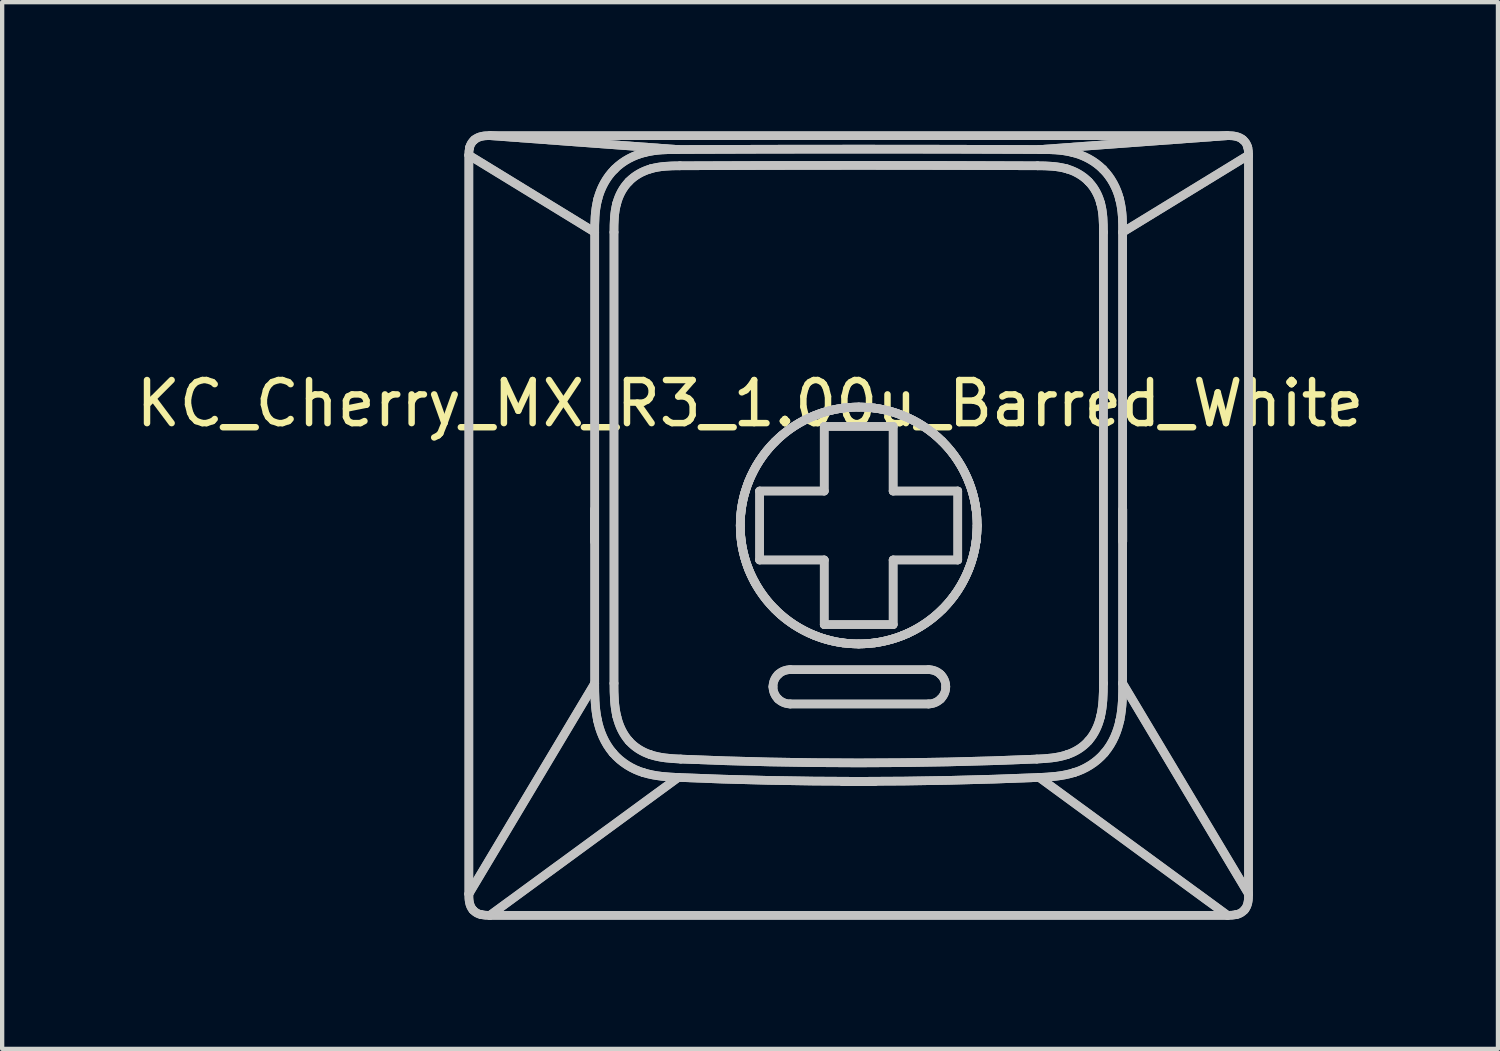
<source format=kicad_pcb>
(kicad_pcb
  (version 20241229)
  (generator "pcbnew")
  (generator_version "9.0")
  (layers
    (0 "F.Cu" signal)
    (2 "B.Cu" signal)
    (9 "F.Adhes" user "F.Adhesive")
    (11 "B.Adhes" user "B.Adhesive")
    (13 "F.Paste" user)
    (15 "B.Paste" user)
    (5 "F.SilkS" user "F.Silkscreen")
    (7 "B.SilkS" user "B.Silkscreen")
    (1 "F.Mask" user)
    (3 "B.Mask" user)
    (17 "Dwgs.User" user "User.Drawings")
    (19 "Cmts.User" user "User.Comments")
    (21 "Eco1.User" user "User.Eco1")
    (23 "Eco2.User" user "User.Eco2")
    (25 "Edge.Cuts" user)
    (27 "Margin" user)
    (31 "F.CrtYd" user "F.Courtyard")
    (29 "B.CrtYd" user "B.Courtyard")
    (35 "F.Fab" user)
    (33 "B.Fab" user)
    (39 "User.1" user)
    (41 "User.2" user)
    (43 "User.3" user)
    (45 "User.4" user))
  (footprint "KC_Cherry_MX_R3_1.00u_Barred_White"
    (layer "F.Cu")
    (at 16.903 9.112)
    (property "Reference" "KC_Cherry_MX_R3_1.00u_Barred_White" (at -2.54 -2.794 0) (layer "F.SilkS") (effects (font (size 1 1) (thickness 0.15))))
    (attr allow_missing_courtyard)
    (fp_line (start -9.068 -8.56) (end -6.146 -6.771) (stroke (width 0.2) (type default)) (layer "Dwgs.User"))
    (fp_line (start -9.068 -8.56) (end -6.146 -6.771) (stroke (width 0.2) (type default)) (layer "Dwgs.User"))
    (fp_line (start -9.068 8.591) (end -9.068 -8.56) (stroke (width 0.2) (type default)) (layer "Dwgs.User"))
    (fp_line (start -9.068 8.591) (end -9.068 -8.56) (stroke (width 0.2) (type default)) (layer "Dwgs.User"))
    (fp_line (start -9.068 8.591) (end -6.146 3.702) (stroke (width 0.2) (type default)) (layer "Dwgs.User"))
    (fp_line (start -9.068 8.591) (end -6.146 3.702) (stroke (width 0.2) (type default)) (layer "Dwgs.User"))
    (fp_line (start -8.58 9.088) (end -4.207 5.887) (stroke (width 0.2) (type default)) (layer "Dwgs.User"))
    (fp_line (start -8.58 9.088) (end -4.207 5.887) (stroke (width 0.2) (type default)) (layer "Dwgs.User"))
    (fp_line (start -8.575 -9.012) (end -4.216 -8.691) (stroke (width 0.2) (type default)) (layer "Dwgs.User"))
    (fp_line (start -8.575 -9.012) (end -4.216 -8.691) (stroke (width 0.2) (type default)) (layer "Dwgs.User"))
    (fp_line (start -8.575 -9.012) (end 8.539 -9.012) (stroke (width 0.2) (type default)) (layer "Dwgs.User"))
    (fp_line (start -8.575 -9.012) (end 8.539 -9.012) (stroke (width 0.2) (type default)) (layer "Dwgs.User"))
    (fp_line (start -6.149 0.412) (end -6.149 -0.338) (stroke (width 0.2) (type default)) (layer "Dwgs.User"))
    (fp_line (start -6.149 0.412) (end -6.149 -0.338) (stroke (width 0.2) (type default)) (layer "Dwgs.User"))
    (fp_line (start -6.146 -6.771) (end -6.146 3.702) (stroke (width 0.2) (type default)) (layer "Dwgs.User"))
    (fp_line (start -6.146 -6.771) (end -6.146 3.702) (stroke (width 0.2) (type default)) (layer "Dwgs.User"))
    (fp_line (start -5.699 -6.771) (end -5.699 3.702) (stroke (width 0.2) (type default)) (layer "Dwgs.User"))
    (fp_line (start -5.699 -6.771) (end -5.699 3.702) (stroke (width 0.2) (type default)) (layer "Dwgs.User"))
    (fp_line (start -2.318 -0.762) (end -0.818 -0.762) (stroke (width 0.2) (type default)) (layer "Dwgs.User"))
    (fp_line (start -2.318 -0.762) (end -0.818 -0.762) (stroke (width 0.2) (type default)) (layer "Dwgs.User"))
    (fp_line (start -2.318 0.838) (end -2.318 -0.762) (stroke (width 0.2) (type default)) (layer "Dwgs.User"))
    (fp_line (start -2.318 0.838) (end -2.318 -0.762) (stroke (width 0.2) (type default)) (layer "Dwgs.User"))
    (fp_line (start -1.607 4.181) (end 1.603 4.181) (stroke (width 0.2) (type default)) (layer "Dwgs.User"))
    (fp_line (start -1.607 4.181) (end 1.603 4.181) (stroke (width 0.2) (type default)) (layer "Dwgs.User"))
    (fp_line (start -0.818 -2.262) (end 0.782 -2.262) (stroke (width 0.2) (type default)) (layer "Dwgs.User"))
    (fp_line (start -0.818 -2.262) (end 0.782 -2.262) (stroke (width 0.2) (type default)) (layer "Dwgs.User"))
    (fp_line (start -0.818 -0.762) (end -0.818 -2.262) (stroke (width 0.2) (type default)) (layer "Dwgs.User"))
    (fp_line (start -0.818 -0.762) (end -0.818 -2.262) (stroke (width 0.2) (type default)) (layer "Dwgs.User"))
    (fp_line (start -0.818 0.838) (end -2.318 0.838) (stroke (width 0.2) (type default)) (layer "Dwgs.User"))
    (fp_line (start -0.818 0.838) (end -2.318 0.838) (stroke (width 0.2) (type default)) (layer "Dwgs.User"))
    (fp_line (start -0.818 2.338) (end -0.818 0.838) (stroke (width 0.2) (type default)) (layer "Dwgs.User"))
    (fp_line (start -0.818 2.338) (end -0.818 0.838) (stroke (width 0.2) (type default)) (layer "Dwgs.User"))
    (fp_line (start -0.393 5.985) (end 0.357 5.985) (stroke (width 0.2) (type default)) (layer "Dwgs.User"))
    (fp_line (start -0.393 5.985) (end 0.357 5.985) (stroke (width 0.2) (type default)) (layer "Dwgs.User"))
    (fp_line (start 0.782 -2.262) (end 0.782 -0.762) (stroke (width 0.2) (type default)) (layer "Dwgs.User"))
    (fp_line (start 0.782 -2.262) (end 0.782 -0.762) (stroke (width 0.2) (type default)) (layer "Dwgs.User"))
    (fp_line (start 0.782 -0.762) (end 2.282 -0.762) (stroke (width 0.2) (type default)) (layer "Dwgs.User"))
    (fp_line (start 0.782 -0.762) (end 2.282 -0.762) (stroke (width 0.2) (type default)) (layer "Dwgs.User"))
    (fp_line (start 0.782 0.838) (end 0.782 2.338) (stroke (width 0.2) (type default)) (layer "Dwgs.User"))
    (fp_line (start 0.782 0.838) (end 0.782 2.338) (stroke (width 0.2) (type default)) (layer "Dwgs.User"))
    (fp_line (start 0.782 2.338) (end -0.818 2.338) (stroke (width 0.2) (type default)) (layer "Dwgs.User"))
    (fp_line (start 0.782 2.338) (end -0.818 2.338) (stroke (width 0.2) (type default)) (layer "Dwgs.User"))
    (fp_line (start 1.603 3.385) (end -1.607 3.385) (stroke (width 0.2) (type default)) (layer "Dwgs.User"))
    (fp_line (start 1.603 3.385) (end -1.607 3.385) (stroke (width 0.2) (type default)) (layer "Dwgs.User"))
    (fp_line (start 2.282 -0.762) (end 2.282 0.838) (stroke (width 0.2) (type default)) (layer "Dwgs.User"))
    (fp_line (start 2.282 -0.762) (end 2.282 0.838) (stroke (width 0.2) (type default)) (layer "Dwgs.User"))
    (fp_line (start 2.282 0.838) (end 0.782 0.838) (stroke (width 0.2) (type default)) (layer "Dwgs.User"))
    (fp_line (start 2.282 0.838) (end 0.782 0.838) (stroke (width 0.2) (type default)) (layer "Dwgs.User"))
    (fp_line (start 2.707 0.412) (end 2.732 0.038) (stroke (width 0.2) (type default)) (layer "Dwgs.User"))
    (fp_line (start 4.181 -8.691) (end 8.539 -9.012) (stroke (width 0.2) (type default)) (layer "Dwgs.User"))
    (fp_line (start 4.181 -8.691) (end 8.539 -9.012) (stroke (width 0.2) (type default)) (layer "Dwgs.User"))
    (fp_line (start 5.663 3.702) (end 5.663 -6.771) (stroke (width 0.2) (type default)) (layer "Dwgs.User"))
    (fp_line (start 5.663 3.702) (end 5.663 -6.771) (stroke (width 0.2) (type default)) (layer "Dwgs.User"))
    (fp_line (start 6.11 -6.771) (end 9.032 -8.56) (stroke (width 0.2) (type default)) (layer "Dwgs.User"))
    (fp_line (start 6.11 -6.771) (end 9.032 -8.56) (stroke (width 0.2) (type default)) (layer "Dwgs.User"))
    (fp_line (start 6.11 3.702) (end 6.11 -6.771) (stroke (width 0.2) (type default)) (layer "Dwgs.User"))
    (fp_line (start 6.11 3.702) (end 6.11 -6.771) (stroke (width 0.2) (type default)) (layer "Dwgs.User"))
    (fp_line (start 6.113 0.412) (end 6.113 -0.338) (stroke (width 0.2) (type default)) (layer "Dwgs.User"))
    (fp_line (start 6.113 0.412) (end 6.113 -0.338) (stroke (width 0.2) (type default)) (layer "Dwgs.User"))
    (fp_line (start 8.544 9.088) (end -8.58 9.088) (stroke (width 0.2) (type default)) (layer "Dwgs.User"))
    (fp_line (start 8.544 9.088) (end -8.58 9.088) (stroke (width 0.2) (type default)) (layer "Dwgs.User"))
    (fp_line (start 8.544 9.088) (end 4.172 5.887) (stroke (width 0.2) (type default)) (layer "Dwgs.User"))
    (fp_line (start 8.544 9.088) (end 4.172 5.887) (stroke (width 0.2) (type default)) (layer "Dwgs.User"))
    (fp_line (start 9.032 -8.56) (end 9.032 8.591) (stroke (width 0.2) (type default)) (layer "Dwgs.User"))
    (fp_line (start 9.032 -8.56) (end 9.032 8.591) (stroke (width 0.2) (type default)) (layer "Dwgs.User"))
    (fp_line (start 9.032 8.591) (end 6.11 3.702) (stroke (width 0.2) (type default)) (layer "Dwgs.User"))
    (fp_line (start 9.032 8.591) (end 6.11 3.702) (stroke (width 0.2) (type default)) (layer "Dwgs.User"))
    (fp_curve (pts (xy -9.068 -8.56) (xy -9.07 -8.619) (xy -9.065 -8.678) (xy -9.052 -8.736)) (stroke (width 0.2) (type default)) (layer "Dwgs.User"))
    (fp_curve (pts (xy -9.068 -8.56) (xy -9.07 -8.619) (xy -9.065 -8.678) (xy -9.052 -8.736)) (stroke (width 0.2) (type default)) (layer "Dwgs.User"))
    (fp_curve (pts (xy -9.052 -8.736) (xy -9.033 -8.809) (xy -8.995 -8.87) (xy -8.938 -8.918)) (stroke (width 0.2) (type default)) (layer "Dwgs.User"))
    (fp_curve (pts (xy -9.052 -8.736) (xy -9.033 -8.809) (xy -8.995 -8.87) (xy -8.938 -8.918)) (stroke (width 0.2) (type default)) (layer "Dwgs.User"))
    (fp_curve (pts (xy -8.974 8.961) (xy -9.062 8.86) (xy -9.07 8.719) (xy -9.068 8.591)) (stroke (width 0.2) (type default)) (layer "Dwgs.User"))
    (fp_curve (pts (xy -8.974 8.961) (xy -9.062 8.86) (xy -9.07 8.719) (xy -9.068 8.591)) (stroke (width 0.2) (type default)) (layer "Dwgs.User"))
    (fp_curve (pts (xy -8.938 -8.918) (xy -8.837 -9.002) (xy -8.701 -9.015) (xy -8.575 -9.012)) (stroke (width 0.2) (type default)) (layer "Dwgs.User"))
    (fp_curve (pts (xy -8.938 -8.918) (xy -8.837 -9.002) (xy -8.701 -9.015) (xy -8.575 -9.012)) (stroke (width 0.2) (type default)) (layer "Dwgs.User"))
    (fp_curve (pts (xy -8.78 9.072) (xy -8.857 9.057) (xy -8.922 9.02) (xy -8.974 8.961)) (stroke (width 0.2) (type default)) (layer "Dwgs.User"))
    (fp_curve (pts (xy -8.78 9.072) (xy -8.857 9.057) (xy -8.922 9.02) (xy -8.974 8.961)) (stroke (width 0.2) (type default)) (layer "Dwgs.User"))
    (fp_curve (pts (xy -8.58 9.088) (xy -8.647 9.09) (xy -8.714 9.085) (xy -8.78 9.072)) (stroke (width 0.2) (type default)) (layer "Dwgs.User"))
    (fp_curve (pts (xy -8.58 9.088) (xy -8.647 9.09) (xy -8.714 9.085) (xy -8.78 9.072)) (stroke (width 0.2) (type default)) (layer "Dwgs.User"))
    (fp_curve (pts (xy -6.146 -6.771) (xy -6.146 -6.995) (xy -6.148 -7.259) (xy -6.074 -7.542)) (stroke (width 0.2) (type default)) (layer "Dwgs.User"))
    (fp_curve (pts (xy -6.146 -6.771) (xy -6.146 -6.995) (xy -6.148 -7.259) (xy -6.074 -7.542)) (stroke (width 0.2) (type default)) (layer "Dwgs.User"))
    (fp_curve (pts (xy -6.082 4.557) (xy -6.147 4.248) (xy -6.145 3.961) (xy -6.146 3.702)) (stroke (width 0.2) (type default)) (layer "Dwgs.User"))
    (fp_curve (pts (xy -6.082 4.557) (xy -6.147 4.248) (xy -6.145 3.961) (xy -6.146 3.702)) (stroke (width 0.2) (type default)) (layer "Dwgs.User"))
    (fp_curve (pts (xy -6.074 -7.542) (xy -6.011 -7.787) (xy -5.881 -8.04) (xy -5.687 -8.232)) (stroke (width 0.2) (type default)) (layer "Dwgs.User"))
    (fp_curve (pts (xy -6.074 -7.542) (xy -6.011 -7.787) (xy -5.881 -8.04) (xy -5.687 -8.232)) (stroke (width 0.2) (type default)) (layer "Dwgs.User"))
    (fp_curve (pts (xy -5.724 5.317) (xy -5.923 5.084) (xy -6.029 4.809) (xy -6.082 4.557)) (stroke (width 0.2) (type default)) (layer "Dwgs.User"))
    (fp_curve (pts (xy -5.724 5.317) (xy -5.923 5.084) (xy -6.029 4.809) (xy -6.082 4.557)) (stroke (width 0.2) (type default)) (layer "Dwgs.User"))
    (fp_curve (pts (xy -5.699 -6.771) (xy -5.699 -6.995) (xy -5.695 -7.223) (xy -5.635 -7.44)) (stroke (width 0.2) (type default)) (layer "Dwgs.User"))
    (fp_curve (pts (xy -5.699 -6.771) (xy -5.699 -6.995) (xy -5.695 -7.223) (xy -5.635 -7.44)) (stroke (width 0.2) (type default)) (layer "Dwgs.User"))
    (fp_curve (pts (xy -5.687 -8.232) (xy -5.491 -8.43) (xy -5.24 -8.556) (xy -4.999 -8.617)) (stroke (width 0.2) (type default)) (layer "Dwgs.User"))
    (fp_curve (pts (xy -5.687 -8.232) (xy -5.491 -8.43) (xy -5.24 -8.556) (xy -4.999 -8.617)) (stroke (width 0.2) (type default)) (layer "Dwgs.User"))
    (fp_curve (pts (xy -5.635 -7.44) (xy -5.585 -7.629) (xy -5.491 -7.807) (xy -5.356 -7.945)) (stroke (width 0.2) (type default)) (layer "Dwgs.User"))
    (fp_curve (pts (xy -5.635 -7.44) (xy -5.585 -7.629) (xy -5.491 -7.807) (xy -5.356 -7.945)) (stroke (width 0.2) (type default)) (layer "Dwgs.User"))
    (fp_curve (pts (xy -5.632 4.475) (xy -5.693 4.223) (xy -5.699 3.961) (xy -5.699 3.702)) (stroke (width 0.2) (type default)) (layer "Dwgs.User"))
    (fp_curve (pts (xy -5.632 4.475) (xy -5.693 4.223) (xy -5.699 3.961) (xy -5.699 3.702)) (stroke (width 0.2) (type default)) (layer "Dwgs.User"))
    (fp_curve (pts (xy -5.356 -7.945) (xy -5.218 -8.088) (xy -5.041 -8.186) (xy -4.853 -8.241)) (stroke (width 0.2) (type default)) (layer "Dwgs.User"))
    (fp_curve (pts (xy -5.356 -7.945) (xy -5.218 -8.088) (xy -5.041 -8.186) (xy -4.853 -8.241)) (stroke (width 0.2) (type default)) (layer "Dwgs.User"))
    (fp_curve (pts (xy -5.351 5.039) (xy -5.492 4.881) (xy -5.582 4.682) (xy -5.632 4.475)) (stroke (width 0.2) (type default)) (layer "Dwgs.User"))
    (fp_curve (pts (xy -5.351 5.039) (xy -5.492 4.881) (xy -5.582 4.682) (xy -5.632 4.475)) (stroke (width 0.2) (type default)) (layer "Dwgs.User"))
    (fp_curve (pts (xy -5.019 5.774) (xy -5.269 5.699) (xy -5.535 5.541) (xy -5.724 5.317)) (stroke (width 0.2) (type default)) (layer "Dwgs.User"))
    (fp_curve (pts (xy -5.019 5.774) (xy -5.269 5.699) (xy -5.535 5.541) (xy -5.724 5.317)) (stroke (width 0.2) (type default)) (layer "Dwgs.User"))
    (fp_curve (pts (xy -4.999 -8.617) (xy -4.715 -8.691) (xy -4.448 -8.689) (xy -4.216 -8.691)) (stroke (width 0.2) (type default)) (layer "Dwgs.User"))
    (fp_curve (pts (xy -4.999 -8.617) (xy -4.715 -8.691) (xy -4.448 -8.689) (xy -4.216 -8.691)) (stroke (width 0.2) (type default)) (layer "Dwgs.User"))
    (fp_curve (pts (xy -4.853 -8.241) (xy -4.632 -8.305) (xy -4.399 -8.313) (xy -4.169 -8.313)) (stroke (width 0.2) (type default)) (layer "Dwgs.User"))
    (fp_curve (pts (xy -4.853 -8.241) (xy -4.632 -8.305) (xy -4.399 -8.313) (xy -4.169 -8.313)) (stroke (width 0.2) (type default)) (layer "Dwgs.User"))
    (fp_curve (pts (xy -4.851 5.359) (xy -5.04 5.297) (xy -5.217 5.19) (xy -5.351 5.039)) (stroke (width 0.2) (type default)) (layer "Dwgs.User"))
    (fp_curve (pts (xy -4.851 5.359) (xy -5.04 5.297) (xy -5.217 5.19) (xy -5.351 5.039)) (stroke (width 0.2) (type default)) (layer "Dwgs.User"))
    (fp_curve (pts (xy -4.207 5.887) (xy -4.446 5.875) (xy -4.72 5.866) (xy -5.019 5.774)) (stroke (width 0.2) (type default)) (layer "Dwgs.User"))
    (fp_curve (pts (xy -4.207 5.887) (xy -4.446 5.875) (xy -4.72 5.866) (xy -5.019 5.774)) (stroke (width 0.2) (type default)) (layer "Dwgs.User"))
    (fp_curve (pts (xy -4.207 5.887) (xy -1.43 6.007) (xy 1.395 6.007) (xy 4.172 5.887)) (stroke (width 0.2) (type default)) (layer "Dwgs.User"))
    (fp_curve (pts (xy -4.207 5.887) (xy -1.43 6.007) (xy 1.395 6.007) (xy 4.172 5.887)) (stroke (width 0.2) (type default)) (layer "Dwgs.User"))
    (fp_curve (pts (xy -4.151 5.46) (xy -4.387 5.45) (xy -4.626 5.433) (xy -4.851 5.359)) (stroke (width 0.2) (type default)) (layer "Dwgs.User"))
    (fp_curve (pts (xy -4.151 5.46) (xy -4.387 5.45) (xy -4.626 5.433) (xy -4.851 5.359)) (stroke (width 0.2) (type default)) (layer "Dwgs.User"))
    (fp_curve (pts (xy -4.151 5.46) (xy -1.411 5.579) (xy 1.376 5.579) (xy 4.116 5.46)) (stroke (width 0.2) (type default)) (layer "Dwgs.User"))
    (fp_curve (pts (xy -4.151 5.46) (xy -1.411 5.579) (xy 1.376 5.579) (xy 4.116 5.46)) (stroke (width 0.2) (type default)) (layer "Dwgs.User"))
    (fp_curve (pts (xy -2.768 0.038) (xy -2.768 0.361) (xy -2.709 0.711) (xy -2.575 1.05)) (stroke (width 0.2) (type default)) (layer "Dwgs.User"))
    (fp_curve (pts (xy -2.768 0.038) (xy -2.768 0.361) (xy -2.709 0.711) (xy -2.575 1.05)) (stroke (width 0.2) (type default)) (layer "Dwgs.User"))
    (fp_curve (pts (xy -2.742 -0.338) (xy -2.776 -0.088) (xy -2.776 0.162) (xy -2.742 0.412)) (stroke (width 0.2) (type default)) (layer "Dwgs.User"))
    (fp_curve (pts (xy -2.742 -0.338) (xy -2.776 -0.088) (xy -2.776 0.162) (xy -2.742 0.412)) (stroke (width 0.2) (type default)) (layer "Dwgs.User"))
    (fp_curve (pts (xy -2.742 -0.338) (xy -2.722 -0.48) (xy -2.693 -0.617) (xy -2.653 -0.749)) (stroke (width 0.2) (type default)) (layer "Dwgs.User"))
    (fp_curve (pts (xy -2.742 -0.338) (xy -2.722 -0.48) (xy -2.693 -0.617) (xy -2.653 -0.749)) (stroke (width 0.2) (type default)) (layer "Dwgs.User"))
    (fp_curve (pts (xy -2.653 -0.749) (xy -2.514 -1.224) (xy -2.22 -1.7) (xy -1.808 -2.05)) (stroke (width 0.2) (type default)) (layer "Dwgs.User"))
    (fp_curve (pts (xy -2.653 -0.749) (xy -2.514 -1.224) (xy -2.22 -1.7) (xy -1.808 -2.05)) (stroke (width 0.2) (type default)) (layer "Dwgs.User"))
    (fp_curve (pts (xy -2.575 -0.975) (xy -2.709 -0.636) (xy -2.768 -0.286) (xy -2.768 0.038)) (stroke (width 0.2) (type default)) (layer "Dwgs.User"))
    (fp_curve (pts (xy -2.575 -0.975) (xy -2.709 -0.636) (xy -2.768 -0.286) (xy -2.768 0.038)) (stroke (width 0.2) (type default)) (layer "Dwgs.User"))
    (fp_curve (pts (xy -2.575 1.05) (xy -2.441 1.389) (xy -2.231 1.714) (xy -1.962 1.982)) (stroke (width 0.2) (type default)) (layer "Dwgs.User"))
    (fp_curve (pts (xy -2.575 1.05) (xy -2.441 1.389) (xy -2.231 1.714) (xy -1.962 1.982)) (stroke (width 0.2) (type default)) (layer "Dwgs.User"))
    (fp_curve (pts (xy -2.428 1.362) (xy -2.589 1.071) (xy -2.697 0.744) (xy -2.742 0.412)) (stroke (width 0.2) (type default)) (layer "Dwgs.User"))
    (fp_curve (pts (xy -2.428 1.362) (xy -2.589 1.071) (xy -2.697 0.744) (xy -2.742 0.412)) (stroke (width 0.2) (type default)) (layer "Dwgs.User"))
    (fp_curve (pts (xy -2.008 3.78) (xy -2.008 3.675) (xy -1.964 3.57) (xy -1.888 3.497)) (stroke (width 0.2) (type default)) (layer "Dwgs.User"))
    (fp_curve (pts (xy -2.008 3.78) (xy -2.008 3.675) (xy -1.964 3.57) (xy -1.888 3.497)) (stroke (width 0.2) (type default)) (layer "Dwgs.User"))
    (fp_curve (pts (xy -1.962 -1.907) (xy -2.231 -1.639) (xy -2.441 -1.313) (xy -2.575 -0.975)) (stroke (width 0.2) (type default)) (layer "Dwgs.User"))
    (fp_curve (pts (xy -1.962 -1.907) (xy -2.231 -1.639) (xy -2.441 -1.313) (xy -2.575 -0.975)) (stroke (width 0.2) (type default)) (layer "Dwgs.User"))
    (fp_curve (pts (xy -1.962 1.982) (xy -1.694 2.251) (xy -1.369 2.461) (xy -1.03 2.595)) (stroke (width 0.2) (type default)) (layer "Dwgs.User"))
    (fp_curve (pts (xy -1.962 1.982) (xy -1.694 2.251) (xy -1.369 2.461) (xy -1.03 2.595)) (stroke (width 0.2) (type default)) (layer "Dwgs.User"))
    (fp_curve (pts (xy -1.888 4.065) (xy -1.964 3.991) (xy -2.008 3.886) (xy -2.008 3.78)) (stroke (width 0.2) (type default)) (layer "Dwgs.User"))
    (fp_curve (pts (xy -1.888 4.065) (xy -1.964 3.991) (xy -2.008 3.886) (xy -2.008 3.78)) (stroke (width 0.2) (type default)) (layer "Dwgs.User"))
    (fp_curve (pts (xy -1.888 3.497) (xy -1.813 3.425) (xy -1.711 3.384) (xy -1.607 3.385)) (stroke (width 0.2) (type default)) (layer "Dwgs.User"))
    (fp_curve (pts (xy -1.888 3.497) (xy -1.813 3.425) (xy -1.711 3.384) (xy -1.607 3.385)) (stroke (width 0.2) (type default)) (layer "Dwgs.User"))
    (fp_curve (pts (xy -1.825 2.111) (xy -2.058 1.908) (xy -2.268 1.653) (xy -2.428 1.362)) (stroke (width 0.2) (type default)) (layer "Dwgs.User"))
    (fp_curve (pts (xy -1.825 2.111) (xy -2.058 1.908) (xy -2.268 1.653) (xy -2.428 1.362)) (stroke (width 0.2) (type default)) (layer "Dwgs.User"))
    (fp_curve (pts (xy -1.808 -2.05) (xy -1.399 -2.404) (xy -0.884 -2.622) (xy -0.393 -2.687)) (stroke (width 0.2) (type default)) (layer "Dwgs.User"))
    (fp_curve (pts (xy -1.808 -2.05) (xy -1.399 -2.404) (xy -0.884 -2.622) (xy -0.393 -2.687)) (stroke (width 0.2) (type default)) (layer "Dwgs.User"))
    (fp_curve (pts (xy -1.607 4.181) (xy -1.711 4.18) (xy -1.814 4.138) (xy -1.888 4.065)) (stroke (width 0.2) (type default)) (layer "Dwgs.User"))
    (fp_curve (pts (xy -1.607 4.181) (xy -1.711 4.18) (xy -1.814 4.138) (xy -1.888 4.065)) (stroke (width 0.2) (type default)) (layer "Dwgs.User"))
    (fp_curve (pts (xy -1.03 -2.519) (xy -1.369 -2.386) (xy -1.694 -2.176) (xy -1.962 -1.907)) (stroke (width 0.2) (type default)) (layer "Dwgs.User"))
    (fp_curve (pts (xy -1.03 -2.519) (xy -1.369 -2.386) (xy -1.694 -2.176) (xy -1.962 -1.907)) (stroke (width 0.2) (type default)) (layer "Dwgs.User"))
    (fp_curve (pts (xy -1.03 2.595) (xy -0.691 2.729) (xy -0.342 2.788) (xy -0.018 2.788)) (stroke (width 0.2) (type default)) (layer "Dwgs.User"))
    (fp_curve (pts (xy -1.03 2.595) (xy -0.691 2.729) (xy -0.342 2.788) (xy -0.018 2.788)) (stroke (width 0.2) (type default)) (layer "Dwgs.User"))
    (fp_curve (pts (xy -0.393 2.762) (xy -0.936 2.69) (xy -1.448 2.443) (xy -1.825 2.111)) (stroke (width 0.2) (type default)) (layer "Dwgs.User"))
    (fp_curve (pts (xy -0.393 2.762) (xy -0.936 2.69) (xy -1.448 2.443) (xy -1.825 2.111)) (stroke (width 0.2) (type default)) (layer "Dwgs.User"))
    (fp_curve (pts (xy -0.018 -2.712) (xy -0.342 -2.713) (xy -0.691 -2.654) (xy -1.03 -2.519)) (stroke (width 0.2) (type default)) (layer "Dwgs.User"))
    (fp_curve (pts (xy -0.018 -2.712) (xy -0.342 -2.713) (xy -0.691 -2.654) (xy -1.03 -2.519)) (stroke (width 0.2) (type default)) (layer "Dwgs.User"))
    (fp_curve (pts (xy -0.018 2.788) (xy 0.306 2.788) (xy 0.656 2.729) (xy 0.994 2.595)) (stroke (width 0.2) (type default)) (layer "Dwgs.User"))
    (fp_curve (pts (xy -0.018 2.788) (xy 0.306 2.788) (xy 0.656 2.729) (xy 0.994 2.595)) (stroke (width 0.2) (type default)) (layer "Dwgs.User"))
    (fp_curve (pts (xy 0.357 -2.687) (xy 0.107 -2.721) (xy -0.143 -2.721) (xy -0.393 -2.687)) (stroke (width 0.2) (type default)) (layer "Dwgs.User"))
    (fp_curve (pts (xy 0.357 -2.687) (xy 0.107 -2.721) (xy -0.143 -2.721) (xy -0.393 -2.687)) (stroke (width 0.2) (type default)) (layer "Dwgs.User"))
    (fp_curve (pts (xy 0.357 -2.687) (xy 0.892 -2.617) (xy 1.472 -2.359) (xy 1.911 -1.922)) (stroke (width 0.2) (type default)) (layer "Dwgs.User"))
    (fp_curve (pts (xy 0.357 -2.687) (xy 0.892 -2.617) (xy 1.472 -2.359) (xy 1.911 -1.922)) (stroke (width 0.2) (type default)) (layer "Dwgs.User"))
    (fp_curve (pts (xy 0.357 2.762) (xy 0.107 2.796) (xy -0.143 2.796) (xy -0.393 2.762)) (stroke (width 0.2) (type default)) (layer "Dwgs.User"))
    (fp_curve (pts (xy 0.357 2.762) (xy 0.107 2.796) (xy -0.143 2.796) (xy -0.393 2.762)) (stroke (width 0.2) (type default)) (layer "Dwgs.User"))
    (fp_curve (pts (xy 0.994 -2.519) (xy 0.656 -2.654) (xy 0.306 -2.713) (xy -0.018 -2.712)) (stroke (width 0.2) (type default)) (layer "Dwgs.User"))
    (fp_curve (pts (xy 0.994 -2.519) (xy 0.656 -2.654) (xy 0.306 -2.713) (xy -0.018 -2.712)) (stroke (width 0.2) (type default)) (layer "Dwgs.User"))
    (fp_curve (pts (xy 0.994 2.595) (xy 1.333 2.461) (xy 1.658 2.251) (xy 1.927 1.982)) (stroke (width 0.2) (type default)) (layer "Dwgs.User"))
    (fp_curve (pts (xy 0.994 2.595) (xy 1.333 2.461) (xy 1.658 2.251) (xy 1.927 1.982)) (stroke (width 0.2) (type default)) (layer "Dwgs.User"))
    (fp_curve (pts (xy 1.121 2.541) (xy 0.885 2.649) (xy 0.63 2.723) (xy 0.357 2.762)) (stroke (width 0.2) (type default)) (layer "Dwgs.User"))
    (fp_curve (pts (xy 1.121 2.541) (xy 0.885 2.649) (xy 0.63 2.723) (xy 0.357 2.762)) (stroke (width 0.2) (type default)) (layer "Dwgs.User"))
    (fp_curve (pts (xy 1.603 3.385) (xy 1.707 3.384) (xy 1.81 3.425) (xy 1.884 3.497)) (stroke (width 0.2) (type default)) (layer "Dwgs.User"))
    (fp_curve (pts (xy 1.603 3.385) (xy 1.707 3.384) (xy 1.81 3.425) (xy 1.884 3.497)) (stroke (width 0.2) (type default)) (layer "Dwgs.User"))
    (fp_curve (pts (xy 1.884 3.497) (xy 1.96 3.57) (xy 2.005 3.675) (xy 2.004 3.78)) (stroke (width 0.2) (type default)) (layer "Dwgs.User"))
    (fp_curve (pts (xy 1.884 3.497) (xy 1.96 3.57) (xy 2.005 3.675) (xy 2.004 3.78)) (stroke (width 0.2) (type default)) (layer "Dwgs.User"))
    (fp_curve (pts (xy 1.884 4.065) (xy 1.81 4.138) (xy 1.707 4.181) (xy 1.603 4.181)) (stroke (width 0.2) (type default)) (layer "Dwgs.User"))
    (fp_curve (pts (xy 1.884 4.065) (xy 1.81 4.138) (xy 1.707 4.181) (xy 1.603 4.181)) (stroke (width 0.2) (type default)) (layer "Dwgs.User"))
    (fp_curve (pts (xy 1.911 -1.922) (xy 2.355 -1.491) (xy 2.634 -0.899) (xy 2.706 -0.338)) (stroke (width 0.2) (type default)) (layer "Dwgs.User"))
    (fp_curve (pts (xy 1.911 -1.922) (xy 2.355 -1.491) (xy 2.634 -0.899) (xy 2.706 -0.338)) (stroke (width 0.2) (type default)) (layer "Dwgs.User"))
    (fp_curve (pts (xy 1.927 -1.907) (xy 1.658 -2.176) (xy 1.333 -2.386) (xy 0.994 -2.519)) (stroke (width 0.2) (type default)) (layer "Dwgs.User"))
    (fp_curve (pts (xy 1.927 -1.907) (xy 1.658 -2.176) (xy 1.333 -2.386) (xy 0.994 -2.519)) (stroke (width 0.2) (type default)) (layer "Dwgs.User"))
    (fp_curve (pts (xy 1.927 1.982) (xy 2.196 1.714) (xy 2.406 1.389) (xy 2.539 1.05)) (stroke (width 0.2) (type default)) (layer "Dwgs.User"))
    (fp_curve (pts (xy 1.927 1.982) (xy 2.196 1.714) (xy 2.406 1.389) (xy 2.539 1.05)) (stroke (width 0.2) (type default)) (layer "Dwgs.User"))
    (fp_curve (pts (xy 2.004 3.78) (xy 2.005 3.886) (xy 1.96 3.991) (xy 1.884 4.065)) (stroke (width 0.2) (type default)) (layer "Dwgs.User"))
    (fp_curve (pts (xy 2.004 3.78) (xy 2.005 3.886) (xy 1.96 3.991) (xy 1.884 4.065)) (stroke (width 0.2) (type default)) (layer "Dwgs.User"))
    (fp_curve (pts (xy 2.18 1.691) (xy 1.897 2.069) (xy 1.517 2.363) (xy 1.121 2.541)) (stroke (width 0.2) (type default)) (layer "Dwgs.User"))
    (fp_curve (pts (xy 2.18 1.691) (xy 1.897 2.069) (xy 1.517 2.363) (xy 1.121 2.541)) (stroke (width 0.2) (type default)) (layer "Dwgs.User"))
    (fp_curve (pts (xy 2.539 -0.975) (xy 2.406 -1.313) (xy 2.196 -1.639) (xy 1.927 -1.907)) (stroke (width 0.2) (type default)) (layer "Dwgs.User"))
    (fp_curve (pts (xy 2.539 -0.975) (xy 2.406 -1.313) (xy 2.196 -1.639) (xy 1.927 -1.907)) (stroke (width 0.2) (type default)) (layer "Dwgs.User"))
    (fp_curve (pts (xy 2.539 1.05) (xy 2.674 0.711) (xy 2.733 0.361) (xy 2.732 0.038)) (stroke (width 0.2) (type default)) (layer "Dwgs.User"))
    (fp_curve (pts (xy 2.539 1.05) (xy 2.674 0.711) (xy 2.733 0.361) (xy 2.732 0.038)) (stroke (width 0.2) (type default)) (layer "Dwgs.User"))
    (fp_curve (pts (xy 2.706 -0.338) (xy 2.724 -0.213) (xy 2.732 -0.088) (xy 2.732 0.038)) (stroke (width 0.2) (type default)) (layer "Dwgs.User"))
    (fp_curve (pts (xy 2.706 -0.338) (xy 2.724 -0.213) (xy 2.732 -0.088) (xy 2.732 0.038)) (stroke (width 0.2) (type default)) (layer "Dwgs.User"))
    (fp_curve (pts (xy 2.707 0.412) (xy 2.647 0.858) (xy 2.465 1.314) (xy 2.18 1.691)) (stroke (width 0.2) (type default)) (layer "Dwgs.User"))
    (fp_curve (pts (xy 2.707 0.412) (xy 2.647 0.858) (xy 2.465 1.314) (xy 2.18 1.691)) (stroke (width 0.2) (type default)) (layer "Dwgs.User"))
    (fp_curve (pts (xy 2.732 0.038) (xy 2.733 -0.286) (xy 2.674 -0.636) (xy 2.539 -0.975)) (stroke (width 0.2) (type default)) (layer "Dwgs.User"))
    (fp_curve (pts (xy 2.732 0.038) (xy 2.733 -0.286) (xy 2.674 -0.636) (xy 2.539 -0.975)) (stroke (width 0.2) (type default)) (layer "Dwgs.User"))
    (fp_curve (pts (xy 2.732 0.038) (xy 2.732 0.163) (xy 2.724 0.288) (xy 2.707 0.412)) (stroke (width 0.2) (type default)) (layer "Dwgs.User"))
    (fp_curve (pts (xy 2.732 0.038) (xy 2.732 0.163) (xy 2.724 0.288) (xy 2.707 0.412)) (stroke (width 0.2) (type default)) (layer "Dwgs.User"))
    (fp_curve (pts (xy 4.134 -8.313) (xy 1.38 -8.326) (xy -1.416 -8.326) (xy -4.169 -8.313)) (stroke (width 0.2) (type default)) (layer "Dwgs.User"))
    (fp_curve (pts (xy 4.134 -8.313) (xy 1.38 -8.326) (xy -1.416 -8.326) (xy -4.169 -8.313)) (stroke (width 0.2) (type default)) (layer "Dwgs.User"))
    (fp_curve (pts (xy 4.134 -8.313) (xy 4.363 -8.313) (xy 4.596 -8.305) (xy 4.817 -8.241)) (stroke (width 0.2) (type default)) (layer "Dwgs.User"))
    (fp_curve (pts (xy 4.134 -8.313) (xy 4.363 -8.313) (xy 4.596 -8.305) (xy 4.817 -8.241)) (stroke (width 0.2) (type default)) (layer "Dwgs.User"))
    (fp_curve (pts (xy 4.181 -8.691) (xy 1.396 -8.703) (xy -1.432 -8.703) (xy -4.216 -8.691)) (stroke (width 0.2) (type default)) (layer "Dwgs.User"))
    (fp_curve (pts (xy 4.181 -8.691) (xy 1.396 -8.703) (xy -1.432 -8.703) (xy -4.216 -8.691)) (stroke (width 0.2) (type default)) (layer "Dwgs.User"))
    (fp_curve (pts (xy 4.181 -8.691) (xy 4.413 -8.689) (xy 4.68 -8.691) (xy 4.964 -8.617)) (stroke (width 0.2) (type default)) (layer "Dwgs.User"))
    (fp_curve (pts (xy 4.181 -8.691) (xy 4.413 -8.689) (xy 4.68 -8.691) (xy 4.964 -8.617)) (stroke (width 0.2) (type default)) (layer "Dwgs.User"))
    (fp_curve (pts (xy 4.815 5.359) (xy 4.59 5.433) (xy 4.352 5.45) (xy 4.116 5.46)) (stroke (width 0.2) (type default)) (layer "Dwgs.User"))
    (fp_curve (pts (xy 4.815 5.359) (xy 4.59 5.433) (xy 4.352 5.45) (xy 4.116 5.46)) (stroke (width 0.2) (type default)) (layer "Dwgs.User"))
    (fp_curve (pts (xy 4.817 -8.241) (xy 5.005 -8.186) (xy 5.182 -8.088) (xy 5.32 -7.945)) (stroke (width 0.2) (type default)) (layer "Dwgs.User"))
    (fp_curve (pts (xy 4.817 -8.241) (xy 5.005 -8.186) (xy 5.182 -8.088) (xy 5.32 -7.945)) (stroke (width 0.2) (type default)) (layer "Dwgs.User"))
    (fp_curve (pts (xy 4.964 -8.617) (xy 5.205 -8.556) (xy 5.455 -8.43) (xy 5.652 -8.232)) (stroke (width 0.2) (type default)) (layer "Dwgs.User"))
    (fp_curve (pts (xy 4.964 -8.617) (xy 5.205 -8.556) (xy 5.455 -8.43) (xy 5.652 -8.232)) (stroke (width 0.2) (type default)) (layer "Dwgs.User"))
    (fp_curve (pts (xy 4.983 5.774) (xy 4.685 5.866) (xy 4.411 5.875) (xy 4.172 5.887)) (stroke (width 0.2) (type default)) (layer "Dwgs.User"))
    (fp_curve (pts (xy 4.983 5.774) (xy 4.685 5.866) (xy 4.411 5.875) (xy 4.172 5.887)) (stroke (width 0.2) (type default)) (layer "Dwgs.User"))
    (fp_curve (pts (xy 5.315 5.039) (xy 5.182 5.19) (xy 5.005 5.297) (xy 4.815 5.359)) (stroke (width 0.2) (type default)) (layer "Dwgs.User"))
    (fp_curve (pts (xy 5.315 5.039) (xy 5.182 5.19) (xy 5.005 5.297) (xy 4.815 5.359)) (stroke (width 0.2) (type default)) (layer "Dwgs.User"))
    (fp_curve (pts (xy 5.32 -7.945) (xy 5.456 -7.807) (xy 5.549 -7.629) (xy 5.6 -7.44)) (stroke (width 0.2) (type default)) (layer "Dwgs.User"))
    (fp_curve (pts (xy 5.32 -7.945) (xy 5.456 -7.807) (xy 5.549 -7.629) (xy 5.6 -7.44)) (stroke (width 0.2) (type default)) (layer "Dwgs.User"))
    (fp_curve (pts (xy 5.596 4.475) (xy 5.547 4.682) (xy 5.456 4.881) (xy 5.315 5.039)) (stroke (width 0.2) (type default)) (layer "Dwgs.User"))
    (fp_curve (pts (xy 5.596 4.475) (xy 5.547 4.682) (xy 5.456 4.881) (xy 5.315 5.039)) (stroke (width 0.2) (type default)) (layer "Dwgs.User"))
    (fp_curve (pts (xy 5.6 -7.44) (xy 5.659 -7.223) (xy 5.663 -6.995) (xy 5.663 -6.771)) (stroke (width 0.2) (type default)) (layer "Dwgs.User"))
    (fp_curve (pts (xy 5.6 -7.44) (xy 5.659 -7.223) (xy 5.663 -6.995) (xy 5.663 -6.771)) (stroke (width 0.2) (type default)) (layer "Dwgs.User"))
    (fp_curve (pts (xy 5.652 -8.232) (xy 5.845 -8.04) (xy 5.976 -7.787) (xy 6.038 -7.542)) (stroke (width 0.2) (type default)) (layer "Dwgs.User"))
    (fp_curve (pts (xy 5.652 -8.232) (xy 5.845 -8.04) (xy 5.976 -7.787) (xy 6.038 -7.542)) (stroke (width 0.2) (type default)) (layer "Dwgs.User"))
    (fp_curve (pts (xy 5.663 3.702) (xy 5.663 3.961) (xy 5.657 4.223) (xy 5.596 4.475)) (stroke (width 0.2) (type default)) (layer "Dwgs.User"))
    (fp_curve (pts (xy 5.663 3.702) (xy 5.663 3.961) (xy 5.657 4.223) (xy 5.596 4.475)) (stroke (width 0.2) (type default)) (layer "Dwgs.User"))
    (fp_curve (pts (xy 5.688 5.317) (xy 5.499 5.541) (xy 5.234 5.699) (xy 4.983 5.774)) (stroke (width 0.2) (type default)) (layer "Dwgs.User"))
    (fp_curve (pts (xy 5.688 5.317) (xy 5.499 5.541) (xy 5.234 5.699) (xy 4.983 5.774)) (stroke (width 0.2) (type default)) (layer "Dwgs.User"))
    (fp_curve (pts (xy 6.038 -7.542) (xy 6.112 -7.259) (xy 6.11 -6.995) (xy 6.11 -6.771)) (stroke (width 0.2) (type default)) (layer "Dwgs.User"))
    (fp_curve (pts (xy 6.038 -7.542) (xy 6.112 -7.259) (xy 6.11 -6.995) (xy 6.11 -6.771)) (stroke (width 0.2) (type default)) (layer "Dwgs.User"))
    (fp_curve (pts (xy 6.046 4.557) (xy 5.993 4.809) (xy 5.887 5.084) (xy 5.688 5.317)) (stroke (width 0.2) (type default)) (layer "Dwgs.User"))
    (fp_curve (pts (xy 6.046 4.557) (xy 5.993 4.809) (xy 5.887 5.084) (xy 5.688 5.317)) (stroke (width 0.2) (type default)) (layer "Dwgs.User"))
    (fp_curve (pts (xy 6.11 3.702) (xy 6.11 3.961) (xy 6.111 4.248) (xy 6.046 4.557)) (stroke (width 0.2) (type default)) (layer "Dwgs.User"))
    (fp_curve (pts (xy 6.11 3.702) (xy 6.11 3.961) (xy 6.111 4.248) (xy 6.046 4.557)) (stroke (width 0.2) (type default)) (layer "Dwgs.User"))
    (fp_curve (pts (xy 8.539 -9.012) (xy 8.665 -9.015) (xy 8.802 -9.002) (xy 8.902 -8.918)) (stroke (width 0.2) (type default)) (layer "Dwgs.User"))
    (fp_curve (pts (xy 8.539 -9.012) (xy 8.665 -9.015) (xy 8.802 -9.002) (xy 8.902 -8.918)) (stroke (width 0.2) (type default)) (layer "Dwgs.User"))
    (fp_curve (pts (xy 8.745 9.072) (xy 8.678 9.085) (xy 8.612 9.09) (xy 8.544 9.088)) (stroke (width 0.2) (type default)) (layer "Dwgs.User"))
    (fp_curve (pts (xy 8.745 9.072) (xy 8.678 9.085) (xy 8.612 9.09) (xy 8.544 9.088)) (stroke (width 0.2) (type default)) (layer "Dwgs.User"))
    (fp_curve (pts (xy 8.902 -8.918) (xy 8.96 -8.87) (xy 8.998 -8.809) (xy 9.016 -8.736)) (stroke (width 0.2) (type default)) (layer "Dwgs.User"))
    (fp_curve (pts (xy 8.902 -8.918) (xy 8.96 -8.87) (xy 8.998 -8.809) (xy 9.016 -8.736)) (stroke (width 0.2) (type default)) (layer "Dwgs.User"))
    (fp_curve (pts (xy 8.939 8.961) (xy 8.886 9.02) (xy 8.822 9.057) (xy 8.745 9.072)) (stroke (width 0.2) (type default)) (layer "Dwgs.User"))
    (fp_curve (pts (xy 8.939 8.961) (xy 8.886 9.02) (xy 8.822 9.057) (xy 8.745 9.072)) (stroke (width 0.2) (type default)) (layer "Dwgs.User"))
    (fp_curve (pts (xy 9.016 -8.736) (xy 9.029 -8.678) (xy 9.035 -8.619) (xy 9.032 -8.56)) (stroke (width 0.2) (type default)) (layer "Dwgs.User"))
    (fp_curve (pts (xy 9.016 -8.736) (xy 9.029 -8.678) (xy 9.035 -8.619) (xy 9.032 -8.56)) (stroke (width 0.2) (type default)) (layer "Dwgs.User"))
    (fp_curve (pts (xy 9.032 8.591) (xy 9.034 8.719) (xy 9.026 8.86) (xy 8.939 8.961)) (stroke (width 0.2) (type default)) (layer "Dwgs.User"))
    (fp_curve (pts (xy 9.032 8.591) (xy 9.034 8.719) (xy 9.026 8.86) (xy 8.939 8.961)) (stroke (width 0.2) (type default)) (layer "Dwgs.User")))
  (gr_rect
    (start -3 -3)
    (end 31.726 21.3)
    (stroke (width 0.1) (type default))
    (fill no)
    (layer "Edge.Cuts")))
</source>
